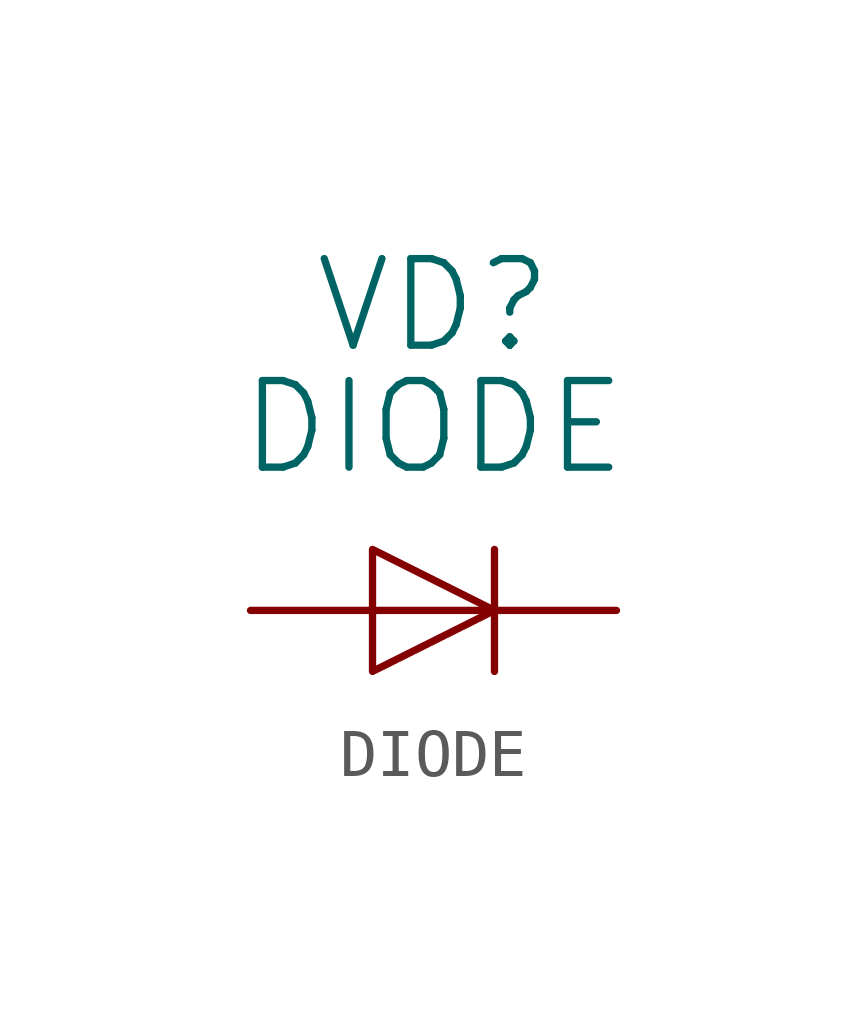
<source format=kicad_sym>
(kicad_symbol_lib
  (version 20211014)
  (generator kicad_symbol_editor)
  (symbol "DIODE"
    (pin_numbers hide)
    (pin_names
      (offset 1.016))
    (property "Reference" "VD"
      (at 3.81 6.35 0)
      (effects (font (size 1.803 1.803))))
    (property "Value" "DIODE"
      (at 3.81 3.81 0)
      (effects (font (size 1.803 1.803))))
    (property "Footprint" ""
      (at 0 0 0)
      (effects (font (size 1.524 1.524))))
    (property "Datasheet" ""
      (at 0 0 0)
      (effects (font (size 1.524 1.524))))
    (symbol "DIODE_0_1"
      (polyline (pts (xy 2.54 0) (xy 5.08 0)) (stroke (width 0) (type default) (color 0 0 0 0)) (fill (type none)))
      (polyline (pts (xy 5.08 1.27) (xy 5.08 -1.27)) (stroke (width 0) (type default) (color 0 0 0 0)) (fill (type none)))
      (polyline (pts (xy 2.54 1.27) (xy 2.54 -1.27) (xy 5.08 0) (xy 2.54 1.27)) (stroke (width 0) (type default) (color 0 0 0 0)) (fill (type none))))
    (symbol "DIODE_1_1"
      (pin passive line (at 0 0 0) (length 2.54) (name "~" (effects (font (size 1.27 1.27)))) (number "1" (effects (font (size 1.27 1.27)))))
      (pin passive line (at 7.62 0 180) (length 2.54) (name "~" (effects (font (size 1.27 1.27)))) (number "2" (effects (font (size 1.27 1.27))))))))
</source>
